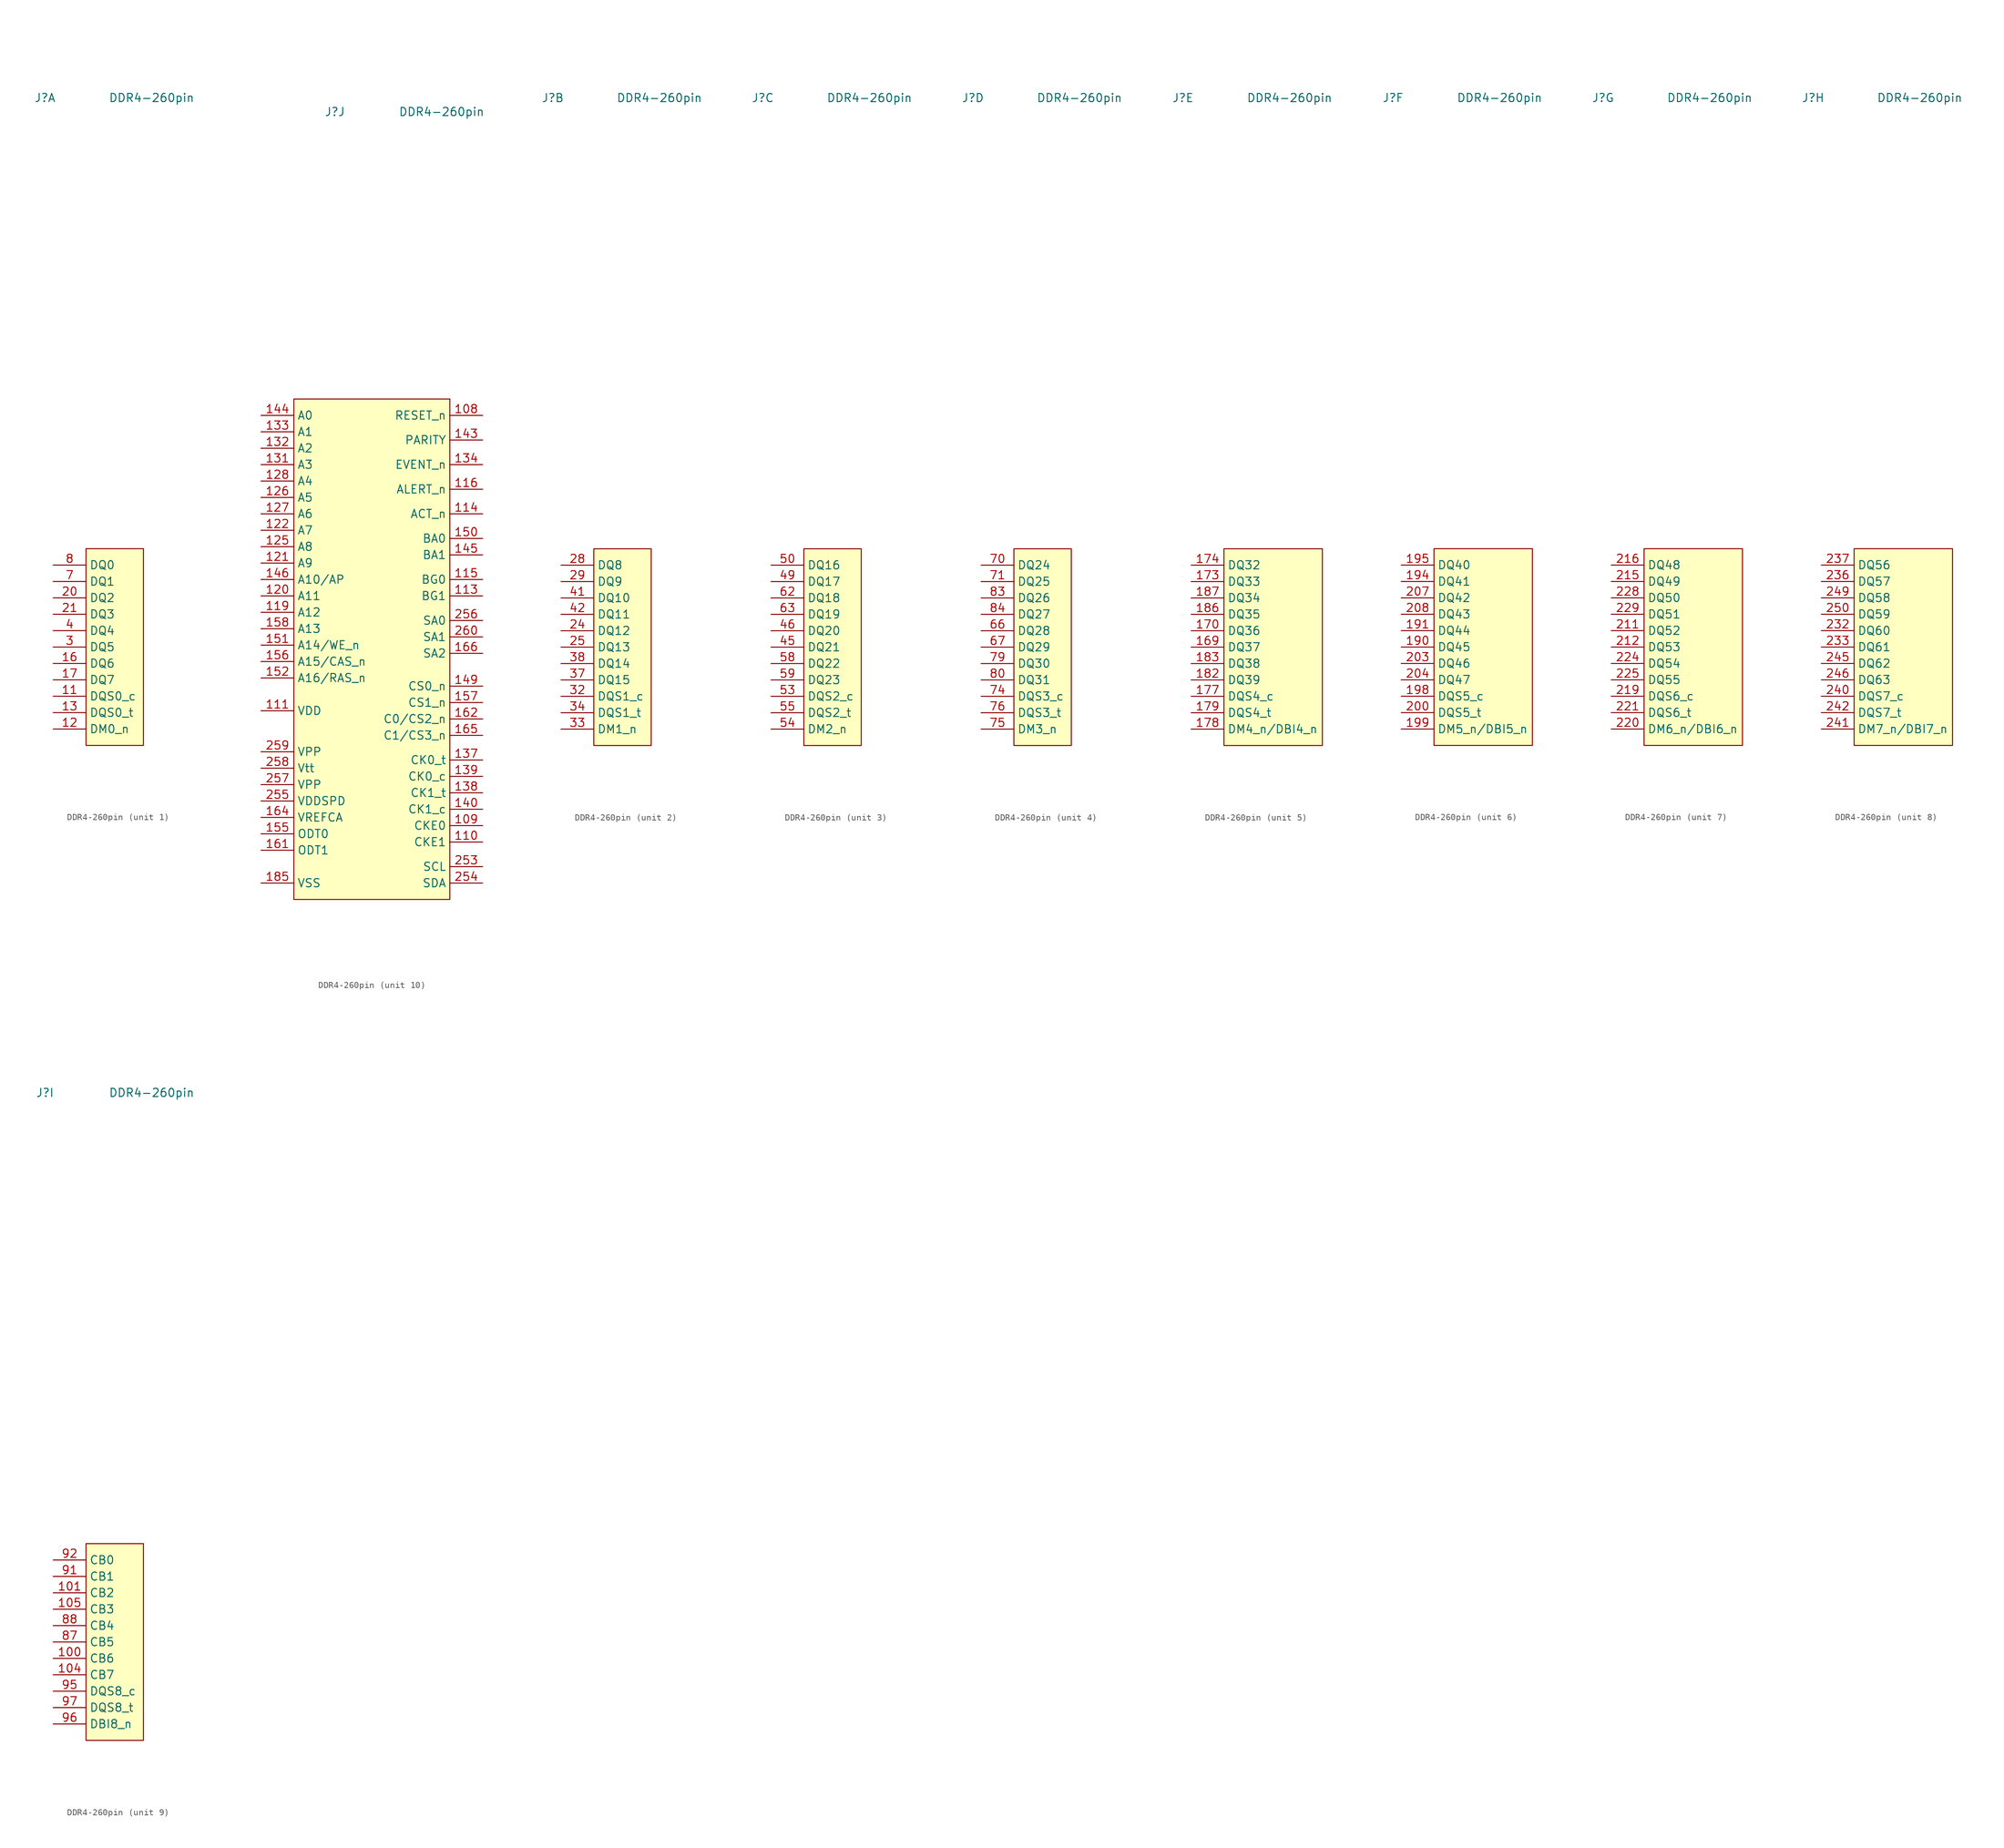
<source format=kicad_sym>
(kicad_symbol_lib
  (version 20231120)
  (generator "kicad_symbol_editor")
  (generator_version "8.0")
  (symbol "DDR4-260pin"
    (property "Reference" "J"
      (at -6.35 85.09 0)
      (effects (font (size 1.27 1.27))))
    (property "Value" "DDR4-260pin"
      (at 10.16 85.09 0)
      (effects (font (size 1.27 1.27))))
    (property "ki_locked" ""
      (at 0 0 0)
      (effects (font (size 1.27 1.27))))
    (symbol "DDR4-260pin_1_1"
      (rectangle (start 0 15.24) (end 8.89 -15.24) (stroke (width 0) (type default)) (fill (type background)))
      (pin passive line (at -5.08 -7.62 0) (length 5.08) (name "DQS0_c" (effects (font (size 1.27 1.27)))) (number "11" (effects (font (size 1.27 1.27)))))
      (pin passive line (at -5.08 -12.7 0) (length 5.08) (name "DM0_n" (effects (font (size 1.27 1.27)))) (number "12" (effects (font (size 1.27 1.27)))))
      (pin passive line (at -5.08 -10.16 0) (length 5.08) (name "DQS0_t" (effects (font (size 1.27 1.27)))) (number "13" (effects (font (size 1.27 1.27)))))
      (pin passive line (at -5.08 -2.54 0) (length 5.08) (name "DQ6" (effects (font (size 1.27 1.27)))) (number "16" (effects (font (size 1.27 1.27)))))
      (pin passive line (at -5.08 -5.08 0) (length 5.08) (name "DQ7" (effects (font (size 1.27 1.27)))) (number "17" (effects (font (size 1.27 1.27)))))
      (pin passive line (at -5.08 7.62 0) (length 5.08) (name "DQ2" (effects (font (size 1.27 1.27)))) (number "20" (effects (font (size 1.27 1.27)))))
      (pin passive line (at -5.08 5.08 0) (length 5.08) (name "DQ3" (effects (font (size 1.27 1.27)))) (number "21" (effects (font (size 1.27 1.27)))))
      (pin passive line (at -5.08 0 0) (length 5.08) (name "DQ5" (effects (font (size 1.27 1.27)))) (number "3" (effects (font (size 1.27 1.27)))))
      (pin passive line (at -5.08 2.54 0) (length 5.08) (name "DQ4" (effects (font (size 1.27 1.27)))) (number "4" (effects (font (size 1.27 1.27)))))
      (pin passive line (at -5.08 10.16 0) (length 5.08) (name "DQ1" (effects (font (size 1.27 1.27)))) (number "7" (effects (font (size 1.27 1.27)))))
      (pin passive line (at -5.08 12.7 0) (length 5.08) (name "DQ0" (effects (font (size 1.27 1.27)))) (number "8" (effects (font (size 1.27 1.27))))))
    (symbol "DDR4-260pin_2_1"
      (rectangle (start 0 15.24) (end 8.89 -15.24) (stroke (width 0.152) (type default)) (fill (type background)))
      (pin passive line (at -5.08 2.54 0) (length 5.08) (name "DQ12" (effects (font (size 1.27 1.27)))) (number "24" (effects (font (size 1.27 1.27)))))
      (pin passive line (at -5.08 0 0) (length 5.08) (name "DQ13" (effects (font (size 1.27 1.27)))) (number "25" (effects (font (size 1.27 1.27)))))
      (pin passive line (at -5.08 12.7 0) (length 5.08) (name "DQ8" (effects (font (size 1.27 1.27)))) (number "28" (effects (font (size 1.27 1.27)))))
      (pin passive line (at -5.08 10.16 0) (length 5.08) (name "DQ9" (effects (font (size 1.27 1.27)))) (number "29" (effects (font (size 1.27 1.27)))))
      (pin passive line (at -5.08 -7.62 0) (length 5.08) (name "DQS1_c" (effects (font (size 1.27 1.27)))) (number "32" (effects (font (size 1.27 1.27)))))
      (pin passive line (at -5.08 -12.7 0) (length 5.08) (name "DM1_n" (effects (font (size 1.27 1.27)))) (number "33" (effects (font (size 1.27 1.27)))))
      (pin passive line (at -5.08 -10.16 0) (length 5.08) (name "DQS1_t" (effects (font (size 1.27 1.27)))) (number "34" (effects (font (size 1.27 1.27)))))
      (pin passive line (at -5.08 -5.08 0) (length 5.08) (name "DQ15" (effects (font (size 1.27 1.27)))) (number "37" (effects (font (size 1.27 1.27)))))
      (pin passive line (at -5.08 -2.54 0) (length 5.08) (name "DQ14" (effects (font (size 1.27 1.27)))) (number "38" (effects (font (size 1.27 1.27)))))
      (pin passive line (at -5.08 7.62 0) (length 5.08) (name "DQ10" (effects (font (size 1.27 1.27)))) (number "41" (effects (font (size 1.27 1.27)))))
      (pin passive line (at -5.08 5.08 0) (length 5.08) (name "DQ11" (effects (font (size 1.27 1.27)))) (number "42" (effects (font (size 1.27 1.27))))))
    (symbol "DDR4-260pin_3_1"
      (rectangle (start 0 15.24) (end 8.89 -15.24) (stroke (width 0.152) (type default)) (fill (type background)))
      (pin passive line (at -5.08 0 0) (length 5.08) (name "DQ21" (effects (font (size 1.27 1.27)))) (number "45" (effects (font (size 1.27 1.27)))))
      (pin passive line (at -5.08 2.54 0) (length 5.08) (name "DQ20" (effects (font (size 1.27 1.27)))) (number "46" (effects (font (size 1.27 1.27)))))
      (pin passive line (at -5.08 10.16 0) (length 5.08) (name "DQ17" (effects (font (size 1.27 1.27)))) (number "49" (effects (font (size 1.27 1.27)))))
      (pin passive line (at -5.08 12.7 0) (length 5.08) (name "DQ16" (effects (font (size 1.27 1.27)))) (number "50" (effects (font (size 1.27 1.27)))))
      (pin passive line (at -5.08 -7.62 0) (length 5.08) (name "DQS2_c" (effects (font (size 1.27 1.27)))) (number "53" (effects (font (size 1.27 1.27)))))
      (pin passive line (at -5.08 -12.7 0) (length 5.08) (name "DM2_n" (effects (font (size 1.27 1.27)))) (number "54" (effects (font (size 1.27 1.27)))))
      (pin passive line (at -5.08 -10.16 0) (length 5.08) (name "DQS2_t" (effects (font (size 1.27 1.27)))) (number "55" (effects (font (size 1.27 1.27)))))
      (pin passive line (at -5.08 -2.54 0) (length 5.08) (name "DQ22" (effects (font (size 1.27 1.27)))) (number "58" (effects (font (size 1.27 1.27)))))
      (pin passive line (at -5.08 -5.08 0) (length 5.08) (name "DQ23" (effects (font (size 1.27 1.27)))) (number "59" (effects (font (size 1.27 1.27)))))
      (pin passive line (at -5.08 7.62 0) (length 5.08) (name "DQ18" (effects (font (size 1.27 1.27)))) (number "62" (effects (font (size 1.27 1.27)))))
      (pin passive line (at -5.08 5.08 0) (length 5.08) (name "DQ19" (effects (font (size 1.27 1.27)))) (number "63" (effects (font (size 1.27 1.27))))))
    (symbol "DDR4-260pin_4_1"
      (rectangle (start 0 15.24) (end 8.89 -15.24) (stroke (width 0.152) (type default)) (fill (type background)))
      (pin passive line (at -5.08 2.54 0) (length 5.08) (name "DQ28" (effects (font (size 1.27 1.27)))) (number "66" (effects (font (size 1.27 1.27)))))
      (pin passive line (at -5.08 0 0) (length 5.08) (name "DQ29" (effects (font (size 1.27 1.27)))) (number "67" (effects (font (size 1.27 1.27)))))
      (pin passive line (at -5.08 12.7 0) (length 5.08) (name "DQ24" (effects (font (size 1.27 1.27)))) (number "70" (effects (font (size 1.27 1.27)))))
      (pin passive line (at -5.08 10.16 0) (length 5.08) (name "DQ25" (effects (font (size 1.27 1.27)))) (number "71" (effects (font (size 1.27 1.27)))))
      (pin passive line (at -5.08 -7.62 0) (length 5.08) (name "DQS3_c" (effects (font (size 1.27 1.27)))) (number "74" (effects (font (size 1.27 1.27)))))
      (pin passive line (at -5.08 -12.7 0) (length 5.08) (name "DM3_n" (effects (font (size 1.27 1.27)))) (number "75" (effects (font (size 1.27 1.27)))))
      (pin passive line (at -5.08 -10.16 0) (length 5.08) (name "DQS3_t" (effects (font (size 1.27 1.27)))) (number "76" (effects (font (size 1.27 1.27)))))
      (pin passive line (at -5.08 -2.54 0) (length 5.08) (name "DQ30" (effects (font (size 1.27 1.27)))) (number "79" (effects (font (size 1.27 1.27)))))
      (pin passive line (at -5.08 -5.08 0) (length 5.08) (name "DQ31" (effects (font (size 1.27 1.27)))) (number "80" (effects (font (size 1.27 1.27)))))
      (pin passive line (at -5.08 7.62 0) (length 5.08) (name "DQ26" (effects (font (size 1.27 1.27)))) (number "83" (effects (font (size 1.27 1.27)))))
      (pin passive line (at -5.08 5.08 0) (length 5.08) (name "DQ27" (effects (font (size 1.27 1.27)))) (number "84" (effects (font (size 1.27 1.27))))))
    (symbol "DDR4-260pin_5_1"
      (rectangle (start 0 15.24) (end 15.24 -15.24) (stroke (width 0.152) (type default)) (fill (type background)))
      (pin passive line (at -5.08 0 0) (length 5.08) (name "DQ37" (effects (font (size 1.27 1.27)))) (number "169" (effects (font (size 1.27 1.27)))))
      (pin passive line (at -5.08 2.54 0) (length 5.08) (name "DQ36" (effects (font (size 1.27 1.27)))) (number "170" (effects (font (size 1.27 1.27)))))
      (pin passive line (at -5.08 10.16 0) (length 5.08) (name "DQ33" (effects (font (size 1.27 1.27)))) (number "173" (effects (font (size 1.27 1.27)))))
      (pin passive line (at -5.08 12.7 0) (length 5.08) (name "DQ32" (effects (font (size 1.27 1.27)))) (number "174" (effects (font (size 1.27 1.27)))))
      (pin passive line (at -5.08 -7.62 0) (length 5.08) (name "DQS4_c" (effects (font (size 1.27 1.27)))) (number "177" (effects (font (size 1.27 1.27)))))
      (pin passive line (at -5.08 -12.7 0) (length 5.08) (name "DM4_n/DBI4_n" (effects (font (size 1.27 1.27)))) (number "178" (effects (font (size 1.27 1.27)))))
      (pin passive line (at -5.08 -10.16 0) (length 5.08) (name "DQS4_t" (effects (font (size 1.27 1.27)))) (number "179" (effects (font (size 1.27 1.27)))))
      (pin passive line (at -5.08 -5.08 0) (length 5.08) (name "DQ39" (effects (font (size 1.27 1.27)))) (number "182" (effects (font (size 1.27 1.27)))))
      (pin passive line (at -5.08 -2.54 0) (length 5.08) (name "DQ38" (effects (font (size 1.27 1.27)))) (number "183" (effects (font (size 1.27 1.27)))))
      (pin passive line (at -5.08 5.08 0) (length 5.08) (name "DQ35" (effects (font (size 1.27 1.27)))) (number "186" (effects (font (size 1.27 1.27)))))
      (pin passive line (at -5.08 7.62 0) (length 5.08) (name "DQ34" (effects (font (size 1.27 1.27)))) (number "187" (effects (font (size 1.27 1.27))))))
    (symbol "DDR4-260pin_6_1"
      (rectangle (start 0 15.24) (end 15.24 -15.24) (stroke (width 0) (type default)) (fill (type background)))
      (pin passive line (at -5.08 0 0) (length 5.08) (name "DQ45" (effects (font (size 1.27 1.27)))) (number "190" (effects (font (size 1.27 1.27)))))
      (pin passive line (at -5.08 2.54 0) (length 5.08) (name "DQ44" (effects (font (size 1.27 1.27)))) (number "191" (effects (font (size 1.27 1.27)))))
      (pin passive line (at -5.08 10.16 0) (length 5.08) (name "DQ41" (effects (font (size 1.27 1.27)))) (number "194" (effects (font (size 1.27 1.27)))))
      (pin passive line (at -5.08 12.7 0) (length 5.08) (name "DQ40" (effects (font (size 1.27 1.27)))) (number "195" (effects (font (size 1.27 1.27)))))
      (pin passive line (at -5.08 -7.62 0) (length 5.08) (name "DQS5_c" (effects (font (size 1.27 1.27)))) (number "198" (effects (font (size 1.27 1.27)))))
      (pin passive line (at -5.08 -12.7 0) (length 5.08) (name "DM5_n/DBI5_n" (effects (font (size 1.27 1.27)))) (number "199" (effects (font (size 1.27 1.27)))))
      (pin passive line (at -5.08 -10.16 0) (length 5.08) (name "DQS5_t" (effects (font (size 1.27 1.27)))) (number "200" (effects (font (size 1.27 1.27)))))
      (pin passive line (at -5.08 -2.54 0) (length 5.08) (name "DQ46" (effects (font (size 1.27 1.27)))) (number "203" (effects (font (size 1.27 1.27)))))
      (pin passive line (at -5.08 -5.08 0) (length 5.08) (name "DQ47" (effects (font (size 1.27 1.27)))) (number "204" (effects (font (size 1.27 1.27)))))
      (pin passive line (at -5.08 7.62 0) (length 5.08) (name "DQ42" (effects (font (size 1.27 1.27)))) (number "207" (effects (font (size 1.27 1.27)))))
      (pin passive line (at -5.08 5.08 0) (length 5.08) (name "DQ43" (effects (font (size 1.27 1.27)))) (number "208" (effects (font (size 1.27 1.27))))))
    (symbol "DDR4-260pin_7_1"
      (rectangle (start 0 15.24) (end 15.24 -15.24) (stroke (width 0) (type default)) (fill (type background)))
      (pin passive line (at -5.08 2.54 0) (length 5.08) (name "DQ52" (effects (font (size 1.27 1.27)))) (number "211" (effects (font (size 1.27 1.27)))))
      (pin passive line (at -5.08 0 0) (length 5.08) (name "DQ53" (effects (font (size 1.27 1.27)))) (number "212" (effects (font (size 1.27 1.27)))))
      (pin passive line (at -5.08 10.16 0) (length 5.08) (name "DQ49" (effects (font (size 1.27 1.27)))) (number "215" (effects (font (size 1.27 1.27)))))
      (pin passive line (at -5.08 12.7 0) (length 5.08) (name "DQ48" (effects (font (size 1.27 1.27)))) (number "216" (effects (font (size 1.27 1.27)))))
      (pin passive line (at -5.08 -7.62 0) (length 5.08) (name "DQS6_c" (effects (font (size 1.27 1.27)))) (number "219" (effects (font (size 1.27 1.27)))))
      (pin passive line (at -5.08 -12.7 0) (length 5.08) (name "DM6_n/DBI6_n" (effects (font (size 1.27 1.27)))) (number "220" (effects (font (size 1.27 1.27)))))
      (pin passive line (at -5.08 -10.16 0) (length 5.08) (name "DQS6_t" (effects (font (size 1.27 1.27)))) (number "221" (effects (font (size 1.27 1.27)))))
      (pin passive line (at -5.08 -2.54 0) (length 5.08) (name "DQ54" (effects (font (size 1.27 1.27)))) (number "224" (effects (font (size 1.27 1.27)))))
      (pin passive line (at -5.08 -5.08 0) (length 5.08) (name "DQ55" (effects (font (size 1.27 1.27)))) (number "225" (effects (font (size 1.27 1.27)))))
      (pin passive line (at -5.08 7.62 0) (length 5.08) (name "DQ50" (effects (font (size 1.27 1.27)))) (number "228" (effects (font (size 1.27 1.27)))))
      (pin passive line (at -5.08 5.08 0) (length 5.08) (name "DQ51" (effects (font (size 1.27 1.27)))) (number "229" (effects (font (size 1.27 1.27))))))
    (symbol "DDR4-260pin_8_1"
      (rectangle (start 0 15.24) (end 15.24 -15.24) (stroke (width 0) (type default)) (fill (type background)))
      (pin passive line (at -5.08 2.54 0) (length 5.08) (name "DQ60" (effects (font (size 1.27 1.27)))) (number "232" (effects (font (size 1.27 1.27)))))
      (pin passive line (at -5.08 0 0) (length 5.08) (name "DQ61" (effects (font (size 1.27 1.27)))) (number "233" (effects (font (size 1.27 1.27)))))
      (pin passive line (at -5.08 10.16 0) (length 5.08) (name "DQ57" (effects (font (size 1.27 1.27)))) (number "236" (effects (font (size 1.27 1.27)))))
      (pin passive line (at -5.08 12.7 0) (length 5.08) (name "DQ56" (effects (font (size 1.27 1.27)))) (number "237" (effects (font (size 1.27 1.27)))))
      (pin passive line (at -5.08 -7.62 0) (length 5.08) (name "DQS7_c" (effects (font (size 1.27 1.27)))) (number "240" (effects (font (size 1.27 1.27)))))
      (pin passive line (at -5.08 -12.7 0) (length 5.08) (name "DM7_n/DBI7_n" (effects (font (size 1.27 1.27)))) (number "241" (effects (font (size 1.27 1.27)))))
      (pin passive line (at -5.08 -10.16 0) (length 5.08) (name "DQS7_t" (effects (font (size 1.27 1.27)))) (number "242" (effects (font (size 1.27 1.27)))))
      (pin passive line (at -5.08 -2.54 0) (length 5.08) (name "DQ62" (effects (font (size 1.27 1.27)))) (number "245" (effects (font (size 1.27 1.27)))))
      (pin passive line (at -5.08 -5.08 0) (length 5.08) (name "DQ63" (effects (font (size 1.27 1.27)))) (number "246" (effects (font (size 1.27 1.27)))))
      (pin passive line (at -5.08 7.62 0) (length 5.08) (name "DQ58" (effects (font (size 1.27 1.27)))) (number "249" (effects (font (size 1.27 1.27)))))
      (pin passive line (at -5.08 5.08 0) (length 5.08) (name "DQ59" (effects (font (size 1.27 1.27)))) (number "250" (effects (font (size 1.27 1.27))))))
    (symbol "DDR4-260pin_9_1"
      (rectangle (start 0 15.24) (end 8.89 -15.24) (stroke (width 0.152) (type default)) (fill (type background)))
      (pin passive line (at -5.08 -2.54 0) (length 5.08) (name "CB6" (effects (font (size 1.27 1.27)))) (number "100" (effects (font (size 1.27 1.27)))))
      (pin passive line (at -5.08 7.62 0) (length 5.08) (name "CB2" (effects (font (size 1.27 1.27)))) (number "101" (effects (font (size 1.27 1.27)))))
      (pin passive line (at -5.08 -5.08 0) (length 5.08) (name "CB7" (effects (font (size 1.27 1.27)))) (number "104" (effects (font (size 1.27 1.27)))))
      (pin passive line (at -5.08 5.08 0) (length 5.08) (name "CB3" (effects (font (size 1.27 1.27)))) (number "105" (effects (font (size 1.27 1.27)))))
      (pin passive line (at -5.08 0 0) (length 5.08) (name "CB5" (effects (font (size 1.27 1.27)))) (number "87" (effects (font (size 1.27 1.27)))))
      (pin passive line (at -5.08 2.54 0) (length 5.08) (name "CB4" (effects (font (size 1.27 1.27)))) (number "88" (effects (font (size 1.27 1.27)))))
      (pin passive line (at -5.08 10.16 0) (length 5.08) (name "CB1" (effects (font (size 1.27 1.27)))) (number "91" (effects (font (size 1.27 1.27)))))
      (pin passive line (at -5.08 12.7 0) (length 5.08) (name "CB0" (effects (font (size 1.27 1.27)))) (number "92" (effects (font (size 1.27 1.27)))))
      (pin passive line (at -5.08 -7.62 0) (length 5.08) (name "DQS8_c" (effects (font (size 1.27 1.27)))) (number "95" (effects (font (size 1.27 1.27)))))
      (pin passive line (at -5.08 -12.7 0) (length 5.08) (name "DBI8_n" (effects (font (size 1.27 1.27)))) (number "96" (effects (font (size 1.27 1.27)))))
      (pin passive line (at -5.08 -10.16 0) (length 5.08) (name "DQS8_t" (effects (font (size 1.27 1.27)))) (number "97" (effects (font (size 1.27 1.27))))))
    (symbol "DDR4-260pin_10_1"
      (rectangle (start -12.7 40.64) (end 11.43 -36.83) (stroke (width 0) (type default)) (fill (type background)))
      (pin passive line (at -17.78 -34.29 0) (length 5.08) hide (name "VSS" (effects (font (size 1.27 1.27)))) (number "1" (effects (font (size 1.27 1.27)))))
      (pin passive line (at -17.78 -34.29 0) (length 5.08) hide (name "VSS" (effects (font (size 1.27 1.27)))) (number "10" (effects (font (size 1.27 1.27)))))
      (pin passive line (at -17.78 -34.29 0) (length 5.08) hide (name "VSS" (effects (font (size 1.27 1.27)))) (number "102" (effects (font (size 1.27 1.27)))))
      (pin passive line (at -17.78 -34.29 0) (length 5.08) hide (name "VSS" (effects (font (size 1.27 1.27)))) (number "103" (effects (font (size 1.27 1.27)))))
      (pin passive line (at -17.78 -34.29 0) (length 5.08) hide (name "VSS" (effects (font (size 1.27 1.27)))) (number "106" (effects (font (size 1.27 1.27)))))
      (pin passive line (at -17.78 -34.29 0) (length 5.08) hide (name "VSS" (effects (font (size 1.27 1.27)))) (number "107" (effects (font (size 1.27 1.27)))))
      (pin passive line (at 16.51 38.1 180) (length 5.08) (name "RESET_n" (effects (font (size 1.27 1.27)))) (number "108" (effects (font (size 1.27 1.27)))))
      (pin passive line (at 16.51 -25.4 180) (length 5.08) (name "CKE0" (effects (font (size 1.27 1.27)))) (number "109" (effects (font (size 1.27 1.27)))))
      (pin passive line (at 16.51 -27.94 180) (length 5.08) (name "CKE1" (effects (font (size 1.27 1.27)))) (number "110" (effects (font (size 1.27 1.27)))))
      (pin passive line (at -17.78 -7.62 0) (length 5.08) (name "VDD" (effects (font (size 1.27 1.27)))) (number "111" (effects (font (size 1.27 1.27)))))
      (pin passive line (at -17.78 -7.62 0) (length 5.08) hide (name "VDD" (effects (font (size 1.27 1.27)))) (number "112" (effects (font (size 1.27 1.27)))))
      (pin passive line (at 16.51 10.16 180) (length 5.08) (name "BG1" (effects (font (size 1.27 1.27)))) (number "113" (effects (font (size 1.27 1.27)))))
      (pin passive line (at 16.51 22.86 180) (length 5.08) (name "ACT_n" (effects (font (size 1.27 1.27)))) (number "114" (effects (font (size 1.27 1.27)))))
      (pin passive line (at 16.51 12.7 180) (length 5.08) (name "BG0" (effects (font (size 1.27 1.27)))) (number "115" (effects (font (size 1.27 1.27)))))
      (pin passive line (at 16.51 26.67 180) (length 5.08) (name "ALERT_n" (effects (font (size 1.27 1.27)))) (number "116" (effects (font (size 1.27 1.27)))))
      (pin passive line (at -17.78 -7.62 0) (length 5.08) hide (name "VDD" (effects (font (size 1.27 1.27)))) (number "117" (effects (font (size 1.27 1.27)))))
      (pin passive line (at -17.78 -7.62 0) (length 5.08) hide (name "VDD" (effects (font (size 1.27 1.27)))) (number "118" (effects (font (size 1.27 1.27)))))
      (pin passive line (at -17.78 7.62 0) (length 5.08) (name "A12" (effects (font (size 1.27 1.27)))) (number "119" (effects (font (size 1.27 1.27)))))
      (pin passive line (at -17.78 10.16 0) (length 5.08) (name "A11" (effects (font (size 1.27 1.27)))) (number "120" (effects (font (size 1.27 1.27)))))
      (pin passive line (at -17.78 15.24 0) (length 5.08) (name "A9" (effects (font (size 1.27 1.27)))) (number "121" (effects (font (size 1.27 1.27)))))
      (pin passive line (at -17.78 20.32 0) (length 5.08) (name "A7" (effects (font (size 1.27 1.27)))) (number "122" (effects (font (size 1.27 1.27)))))
      (pin passive line (at -17.78 -7.62 0) (length 5.08) hide (name "VDD" (effects (font (size 1.27 1.27)))) (number "123" (effects (font (size 1.27 1.27)))))
      (pin passive line (at -17.78 -7.62 0) (length 5.08) hide (name "VDD" (effects (font (size 1.27 1.27)))) (number "124" (effects (font (size 1.27 1.27)))))
      (pin passive line (at -17.78 17.78 0) (length 5.08) (name "A8" (effects (font (size 1.27 1.27)))) (number "125" (effects (font (size 1.27 1.27)))))
      (pin passive line (at -17.78 25.4 0) (length 5.08) (name "A5" (effects (font (size 1.27 1.27)))) (number "126" (effects (font (size 1.27 1.27)))))
      (pin passive line (at -17.78 22.86 0) (length 5.08) (name "A6" (effects (font (size 1.27 1.27)))) (number "127" (effects (font (size 1.27 1.27)))))
      (pin passive line (at -17.78 27.94 0) (length 5.08) (name "A4" (effects (font (size 1.27 1.27)))) (number "128" (effects (font (size 1.27 1.27)))))
      (pin passive line (at -17.78 -7.62 0) (length 5.08) hide (name "VDD" (effects (font (size 1.27 1.27)))) (number "129" (effects (font (size 1.27 1.27)))))
      (pin passive line (at -17.78 -7.62 0) (length 5.08) hide (name "VDD" (effects (font (size 1.27 1.27)))) (number "130" (effects (font (size 1.27 1.27)))))
      (pin passive line (at -17.78 30.48 0) (length 5.08) (name "A3" (effects (font (size 1.27 1.27)))) (number "131" (effects (font (size 1.27 1.27)))))
      (pin passive line (at -17.78 33.02 0) (length 5.08) (name "A2" (effects (font (size 1.27 1.27)))) (number "132" (effects (font (size 1.27 1.27)))))
      (pin passive line (at -17.78 35.56 0) (length 5.08) (name "A1" (effects (font (size 1.27 1.27)))) (number "133" (effects (font (size 1.27 1.27)))))
      (pin passive line (at 16.51 30.48 180) (length 5.08) (name "EVENT_n" (effects (font (size 1.27 1.27)))) (number "134" (effects (font (size 1.27 1.27)))))
      (pin passive line (at -17.78 -7.62 0) (length 5.08) hide (name "VDD" (effects (font (size 1.27 1.27)))) (number "135" (effects (font (size 1.27 1.27)))))
      (pin passive line (at -17.78 -7.62 0) (length 5.08) hide (name "VDD" (effects (font (size 1.27 1.27)))) (number "136" (effects (font (size 1.27 1.27)))))
      (pin passive line (at 16.51 -15.24 180) (length 5.08) (name "CK0_t" (effects (font (size 1.27 1.27)))) (number "137" (effects (font (size 1.27 1.27)))))
      (pin passive line (at 16.51 -20.32 180) (length 5.08) (name "CK1_t" (effects (font (size 1.27 1.27)))) (number "138" (effects (font (size 1.27 1.27)))))
      (pin passive line (at 16.51 -17.78 180) (length 5.08) (name "CK0_c" (effects (font (size 1.27 1.27)))) (number "139" (effects (font (size 1.27 1.27)))))
      (pin passive line (at -17.78 -34.29 0) (length 5.08) hide (name "VSS" (effects (font (size 1.27 1.27)))) (number "14" (effects (font (size 1.27 1.27)))))
      (pin passive line (at 16.51 -22.86 180) (length 5.08) (name "CK1_c" (effects (font (size 1.27 1.27)))) (number "140" (effects (font (size 1.27 1.27)))))
      (pin passive line (at -17.78 -7.62 0) (length 5.08) hide (name "VDD" (effects (font (size 1.27 1.27)))) (number "141" (effects (font (size 1.27 1.27)))))
      (pin passive line (at -17.78 -7.62 0) (length 5.08) hide (name "VDD" (effects (font (size 1.27 1.27)))) (number "142" (effects (font (size 1.27 1.27)))))
      (pin passive line (at 16.51 34.29 180) (length 5.08) (name "PARITY" (effects (font (size 1.27 1.27)))) (number "143" (effects (font (size 1.27 1.27)))))
      (pin passive line (at -17.78 38.1 0) (length 5.08) (name "A0" (effects (font (size 1.27 1.27)))) (number "144" (effects (font (size 1.27 1.27)))))
      (pin passive line (at 16.51 16.51 180) (length 5.08) (name "BA1" (effects (font (size 1.27 1.27)))) (number "145" (effects (font (size 1.27 1.27)))))
      (pin passive line (at -17.78 12.7 0) (length 5.08) (name "A10/AP" (effects (font (size 1.27 1.27)))) (number "146" (effects (font (size 1.27 1.27)))))
      (pin passive line (at -17.78 -7.62 0) (length 5.08) hide (name "VDD" (effects (font (size 1.27 1.27)))) (number "147" (effects (font (size 1.27 1.27)))))
      (pin passive line (at -17.78 -7.62 0) (length 5.08) hide (name "VDD" (effects (font (size 1.27 1.27)))) (number "148" (effects (font (size 1.27 1.27)))))
      (pin passive line (at 16.51 -3.81 180) (length 5.08) (name "CS0_n" (effects (font (size 1.27 1.27)))) (number "149" (effects (font (size 1.27 1.27)))))
      (pin passive line (at -17.78 -34.29 0) (length 5.08) hide (name "VSS" (effects (font (size 1.27 1.27)))) (number "15" (effects (font (size 1.27 1.27)))))
      (pin passive line (at 16.51 19.05 180) (length 5.08) (name "BA0" (effects (font (size 1.27 1.27)))) (number "150" (effects (font (size 1.27 1.27)))))
      (pin passive line (at -17.78 2.54 0) (length 5.08) (name "A14/WE_n" (effects (font (size 1.27 1.27)))) (number "151" (effects (font (size 1.27 1.27)))))
      (pin passive line (at -17.78 -2.54 0) (length 5.08) (name "A16/RAS_n" (effects (font (size 1.27 1.27)))) (number "152" (effects (font (size 1.27 1.27)))))
      (pin passive line (at -17.78 -7.62 0) (length 5.08) hide (name "VDD" (effects (font (size 1.27 1.27)))) (number "153" (effects (font (size 1.27 1.27)))))
      (pin passive line (at -17.78 -7.62 0) (length 5.08) hide (name "VDD" (effects (font (size 1.27 1.27)))) (number "154" (effects (font (size 1.27 1.27)))))
      (pin passive line (at -17.78 -26.67 0) (length 5.08) (name "ODT0" (effects (font (size 1.27 1.27)))) (number "155" (effects (font (size 1.27 1.27)))))
      (pin passive line (at -17.78 0 0) (length 5.08) (name "A15/CAS_n" (effects (font (size 1.27 1.27)))) (number "156" (effects (font (size 1.27 1.27)))))
      (pin passive line (at 16.51 -6.35 180) (length 5.08) (name "CS1_n" (effects (font (size 1.27 1.27)))) (number "157" (effects (font (size 1.27 1.27)))))
      (pin passive line (at -17.78 5.08 0) (length 5.08) (name "A13" (effects (font (size 1.27 1.27)))) (number "158" (effects (font (size 1.27 1.27)))))
      (pin passive line (at -17.78 -7.62 0) (length 5.08) hide (name "VDD" (effects (font (size 1.27 1.27)))) (number "159" (effects (font (size 1.27 1.27)))))
      (pin passive line (at -17.78 -7.62 0) (length 5.08) hide (name "VDD" (effects (font (size 1.27 1.27)))) (number "160" (effects (font (size 1.27 1.27)))))
      (pin passive line (at -17.78 -29.21 0) (length 5.08) (name "ODT1" (effects (font (size 1.27 1.27)))) (number "161" (effects (font (size 1.27 1.27)))))
      (pin passive line (at 16.51 -8.89 180) (length 5.08) (name "C0/CS2_n" (effects (font (size 1.27 1.27)))) (number "162" (effects (font (size 1.27 1.27)))))
      (pin passive line (at -17.78 -7.62 0) (length 5.08) hide (name "VDD" (effects (font (size 1.27 1.27)))) (number "163" (effects (font (size 1.27 1.27)))))
      (pin passive line (at -17.78 -24.13 0) (length 5.08) (name "VREFCA" (effects (font (size 1.27 1.27)))) (number "164" (effects (font (size 1.27 1.27)))))
      (pin passive line (at 16.51 -11.43 180) (length 5.08) (name "C1/CS3_n" (effects (font (size 1.27 1.27)))) (number "165" (effects (font (size 1.27 1.27)))))
      (pin passive line (at 16.51 1.27 180) (length 5.08) (name "SA2" (effects (font (size 1.27 1.27)))) (number "166" (effects (font (size 1.27 1.27)))))
      (pin passive line (at -17.78 -34.29 0) (length 5.08) hide (name "VSS" (effects (font (size 1.27 1.27)))) (number "167" (effects (font (size 1.27 1.27)))))
      (pin passive line (at -17.78 -34.29 0) (length 5.08) hide (name "VSS" (effects (font (size 1.27 1.27)))) (number "168" (effects (font (size 1.27 1.27)))))
      (pin passive line (at -17.78 -34.29 0) (length 5.08) hide (name "VSS" (effects (font (size 1.27 1.27)))) (number "171" (effects (font (size 1.27 1.27)))))
      (pin passive line (at -17.78 -34.29 0) (length 5.08) hide (name "VSS" (effects (font (size 1.27 1.27)))) (number "172" (effects (font (size 1.27 1.27)))))
      (pin passive line (at -17.78 -34.29 0) (length 5.08) hide (name "VSS" (effects (font (size 1.27 1.27)))) (number "175" (effects (font (size 1.27 1.27)))))
      (pin passive line (at -17.78 -34.29 0) (length 5.08) hide (name "VSS" (effects (font (size 1.27 1.27)))) (number "176" (effects (font (size 1.27 1.27)))))
      (pin passive line (at -17.78 -34.29 0) (length 5.08) hide (name "VSS" (effects (font (size 1.27 1.27)))) (number "18" (effects (font (size 1.27 1.27)))))
      (pin passive line (at -17.78 -34.29 0) (length 5.08) hide (name "VSS" (effects (font (size 1.27 1.27)))) (number "180" (effects (font (size 1.27 1.27)))))
      (pin passive line (at -17.78 -34.29 0) (length 5.08) hide (name "VSS" (effects (font (size 1.27 1.27)))) (number "181" (effects (font (size 1.27 1.27)))))
      (pin passive line (at -17.78 -34.29 0) (length 5.08) hide (name "VSS" (effects (font (size 1.27 1.27)))) (number "184" (effects (font (size 1.27 1.27)))))
      (pin passive line (at -17.78 -34.29 0) (length 5.08) (name "VSS" (effects (font (size 1.27 1.27)))) (number "185" (effects (font (size 1.27 1.27)))))
      (pin passive line (at -17.78 -34.29 0) (length 5.08) hide (name "VSS" (effects (font (size 1.27 1.27)))) (number "188" (effects (font (size 1.27 1.27)))))
      (pin passive line (at -17.78 -34.29 0) (length 5.08) hide (name "VSS" (effects (font (size 1.27 1.27)))) (number "189" (effects (font (size 1.27 1.27)))))
      (pin passive line (at -17.78 -34.29 0) (length 5.08) hide (name "VSS" (effects (font (size 1.27 1.27)))) (number "19" (effects (font (size 1.27 1.27)))))
      (pin passive line (at -17.78 -34.29 0) (length 5.08) hide (name "VSS" (effects (font (size 1.27 1.27)))) (number "192" (effects (font (size 1.27 1.27)))))
      (pin passive line (at -17.78 -34.29 0) (length 5.08) hide (name "VSS" (effects (font (size 1.27 1.27)))) (number "193" (effects (font (size 1.27 1.27)))))
      (pin passive line (at -17.78 -34.29 0) (length 5.08) hide (name "VSS" (effects (font (size 1.27 1.27)))) (number "196" (effects (font (size 1.27 1.27)))))
      (pin passive line (at -17.78 -34.29 0) (length 5.08) hide (name "VSS" (effects (font (size 1.27 1.27)))) (number "197" (effects (font (size 1.27 1.27)))))
      (pin passive line (at -17.78 -34.29 0) (length 5.08) hide (name "VSS" (effects (font (size 1.27 1.27)))) (number "2" (effects (font (size 1.27 1.27)))))
      (pin passive line (at -17.78 -34.29 0) (length 5.08) hide (name "VSS" (effects (font (size 1.27 1.27)))) (number "201" (effects (font (size 1.27 1.27)))))
      (pin passive line (at -17.78 -34.29 0) (length 5.08) hide (name "VSS" (effects (font (size 1.27 1.27)))) (number "202" (effects (font (size 1.27 1.27)))))
      (pin passive line (at -17.78 -34.29 0) (length 5.08) hide (name "VSS" (effects (font (size 1.27 1.27)))) (number "205" (effects (font (size 1.27 1.27)))))
      (pin passive line (at -17.78 -34.29 0) (length 5.08) hide (name "VSS" (effects (font (size 1.27 1.27)))) (number "206" (effects (font (size 1.27 1.27)))))
      (pin passive line (at -17.78 -34.29 0) (length 5.08) hide (name "VSS" (effects (font (size 1.27 1.27)))) (number "209" (effects (font (size 1.27 1.27)))))
      (pin passive line (at -17.78 -34.29 0) (length 5.08) hide (name "VSS" (effects (font (size 1.27 1.27)))) (number "210" (effects (font (size 1.27 1.27)))))
      (pin passive line (at -17.78 -34.29 0) (length 5.08) hide (name "VSS" (effects (font (size 1.27 1.27)))) (number "213" (effects (font (size 1.27 1.27)))))
      (pin passive line (at -17.78 -34.29 0) (length 5.08) hide (name "VSS" (effects (font (size 1.27 1.27)))) (number "214" (effects (font (size 1.27 1.27)))))
      (pin passive line (at -17.78 -34.29 0) (length 5.08) hide (name "VSS" (effects (font (size 1.27 1.27)))) (number "217" (effects (font (size 1.27 1.27)))))
      (pin passive line (at -17.78 -34.29 0) (length 5.08) hide (name "VSS" (effects (font (size 1.27 1.27)))) (number "218" (effects (font (size 1.27 1.27)))))
      (pin passive line (at -17.78 -34.29 0) (length 5.08) hide (name "VSS" (effects (font (size 1.27 1.27)))) (number "22" (effects (font (size 1.27 1.27)))))
      (pin passive line (at -17.78 -34.29 0) (length 5.08) hide (name "VSS" (effects (font (size 1.27 1.27)))) (number "222" (effects (font (size 1.27 1.27)))))
      (pin passive line (at -17.78 -34.29 0) (length 5.08) hide (name "VSS" (effects (font (size 1.27 1.27)))) (number "223" (effects (font (size 1.27 1.27)))))
      (pin passive line (at -17.78 -34.29 0) (length 5.08) hide (name "VSS" (effects (font (size 1.27 1.27)))) (number "226" (effects (font (size 1.27 1.27)))))
      (pin passive line (at -17.78 -34.29 0) (length 5.08) hide (name "VSS" (effects (font (size 1.27 1.27)))) (number "227" (effects (font (size 1.27 1.27)))))
      (pin passive line (at -17.78 -34.29 0) (length 5.08) hide (name "VSS" (effects (font (size 1.27 1.27)))) (number "23" (effects (font (size 1.27 1.27)))))
      (pin passive line (at -17.78 -34.29 0) (length 5.08) hide (name "VSS" (effects (font (size 1.27 1.27)))) (number "230" (effects (font (size 1.27 1.27)))))
      (pin passive line (at -17.78 -34.29 0) (length 5.08) hide (name "VSS" (effects (font (size 1.27 1.27)))) (number "231" (effects (font (size 1.27 1.27)))))
      (pin passive line (at -17.78 -34.29 0) (length 5.08) hide (name "VSS" (effects (font (size 1.27 1.27)))) (number "234" (effects (font (size 1.27 1.27)))))
      (pin passive line (at -17.78 -34.29 0) (length 5.08) hide (name "VSS" (effects (font (size 1.27 1.27)))) (number "235" (effects (font (size 1.27 1.27)))))
      (pin passive line (at -17.78 -34.29 0) (length 5.08) hide (name "VSS" (effects (font (size 1.27 1.27)))) (number "238" (effects (font (size 1.27 1.27)))))
      (pin passive line (at -17.78 -34.29 0) (length 5.08) hide (name "VSS" (effects (font (size 1.27 1.27)))) (number "239" (effects (font (size 1.27 1.27)))))
      (pin passive line (at -17.78 -34.29 0) (length 5.08) hide (name "VSS" (effects (font (size 1.27 1.27)))) (number "243" (effects (font (size 1.27 1.27)))))
      (pin passive line (at -17.78 -34.29 0) (length 5.08) hide (name "VSS" (effects (font (size 1.27 1.27)))) (number "244" (effects (font (size 1.27 1.27)))))
      (pin passive line (at -17.78 -34.29 0) (length 5.08) hide (name "VSS" (effects (font (size 1.27 1.27)))) (number "247" (effects (font (size 1.27 1.27)))))
      (pin passive line (at -17.78 -34.29 0) (length 5.08) hide (name "VSS" (effects (font (size 1.27 1.27)))) (number "248" (effects (font (size 1.27 1.27)))))
      (pin passive line (at -17.78 -34.29 0) (length 5.08) hide (name "VSS" (effects (font (size 1.27 1.27)))) (number "251" (effects (font (size 1.27 1.27)))))
      (pin passive line (at -17.78 -34.29 0) (length 5.08) hide (name "VSS" (effects (font (size 1.27 1.27)))) (number "252" (effects (font (size 1.27 1.27)))))
      (pin passive line (at 16.51 -31.75 180) (length 5.08) (name "SCL" (effects (font (size 1.27 1.27)))) (number "253" (effects (font (size 1.27 1.27)))))
      (pin passive line (at 16.51 -34.29 180) (length 5.08) (name "SDA" (effects (font (size 1.27 1.27)))) (number "254" (effects (font (size 1.27 1.27)))))
      (pin passive line (at -17.78 -21.59 0) (length 5.08) (name "VDDSPD" (effects (font (size 1.27 1.27)))) (number "255" (effects (font (size 1.27 1.27)))))
      (pin passive line (at 16.51 6.35 180) (length 5.08) (name "SA0" (effects (font (size 1.27 1.27)))) (number "256" (effects (font (size 1.27 1.27)))))
      (pin passive line (at -17.78 -19.05 0) (length 5.08) (name "VPP" (effects (font (size 1.27 1.27)))) (number "257" (effects (font (size 1.27 1.27)))))
      (pin passive line (at -17.78 -16.51 0) (length 5.08) (name "Vtt" (effects (font (size 1.27 1.27)))) (number "258" (effects (font (size 1.27 1.27)))))
      (pin passive line (at -17.78 -13.97 0) (length 5.08) (name "VPP" (effects (font (size 1.27 1.27)))) (number "259" (effects (font (size 1.27 1.27)))))
      (pin passive line (at -17.78 -34.29 0) (length 5.08) hide (name "VSS" (effects (font (size 1.27 1.27)))) (number "26" (effects (font (size 1.27 1.27)))))
      (pin passive line (at 16.51 3.81 180) (length 5.08) (name "SA1" (effects (font (size 1.27 1.27)))) (number "260" (effects (font (size 1.27 1.27)))))
      (pin passive line (at -17.78 -34.29 0) (length 5.08) hide (name "VSS" (effects (font (size 1.27 1.27)))) (number "27" (effects (font (size 1.27 1.27)))))
      (pin passive line (at -17.78 -34.29 0) (length 5.08) hide (name "VSS" (effects (font (size 1.27 1.27)))) (number "30" (effects (font (size 1.27 1.27)))))
      (pin passive line (at -17.78 -34.29 0) (length 5.08) hide (name "VSS" (effects (font (size 1.27 1.27)))) (number "31" (effects (font (size 1.27 1.27)))))
      (pin passive line (at -17.78 -34.29 0) (length 5.08) hide (name "VSS" (effects (font (size 1.27 1.27)))) (number "35" (effects (font (size 1.27 1.27)))))
      (pin passive line (at -17.78 -34.29 0) (length 5.08) hide (name "VSS" (effects (font (size 1.27 1.27)))) (number "36" (effects (font (size 1.27 1.27)))))
      (pin passive line (at -17.78 -34.29 0) (length 5.08) hide (name "VSS" (effects (font (size 1.27 1.27)))) (number "39" (effects (font (size 1.27 1.27)))))
      (pin passive line (at -17.78 -34.29 0) (length 5.08) hide (name "VSS" (effects (font (size 1.27 1.27)))) (number "40" (effects (font (size 1.27 1.27)))))
      (pin passive line (at -17.78 -34.29 0) (length 5.08) hide (name "VSS" (effects (font (size 1.27 1.27)))) (number "43" (effects (font (size 1.27 1.27)))))
      (pin passive line (at -17.78 -34.29 0) (length 5.08) hide (name "VSS" (effects (font (size 1.27 1.27)))) (number "44" (effects (font (size 1.27 1.27)))))
      (pin passive line (at -17.78 -34.29 0) (length 5.08) hide (name "VSS" (effects (font (size 1.27 1.27)))) (number "47" (effects (font (size 1.27 1.27)))))
      (pin passive line (at -17.78 -34.29 0) (length 5.08) hide (name "VSS" (effects (font (size 1.27 1.27)))) (number "48" (effects (font (size 1.27 1.27)))))
      (pin passive line (at -17.78 -34.29 0) (length 5.08) hide (name "VSS" (effects (font (size 1.27 1.27)))) (number "5" (effects (font (size 1.27 1.27)))))
      (pin passive line (at -17.78 -34.29 0) (length 5.08) hide (name "VSS" (effects (font (size 1.27 1.27)))) (number "51" (effects (font (size 1.27 1.27)))))
      (pin passive line (at -17.78 -34.29 0) (length 5.08) hide (name "VSS" (effects (font (size 1.27 1.27)))) (number "52" (effects (font (size 1.27 1.27)))))
      (pin passive line (at -17.78 -34.29 0) (length 5.08) hide (name "VSS" (effects (font (size 1.27 1.27)))) (number "56" (effects (font (size 1.27 1.27)))))
      (pin passive line (at -17.78 -34.29 0) (length 5.08) hide (name "VSS" (effects (font (size 1.27 1.27)))) (number "57" (effects (font (size 1.27 1.27)))))
      (pin passive line (at -17.78 -34.29 0) (length 5.08) hide (name "VSS" (effects (font (size 1.27 1.27)))) (number "6" (effects (font (size 1.27 1.27)))))
      (pin passive line (at -17.78 -34.29 0) (length 5.08) hide (name "VSS" (effects (font (size 1.27 1.27)))) (number "60" (effects (font (size 1.27 1.27)))))
      (pin passive line (at -17.78 -34.29 0) (length 5.08) hide (name "VSS" (effects (font (size 1.27 1.27)))) (number "61" (effects (font (size 1.27 1.27)))))
      (pin passive line (at -17.78 -34.29 0) (length 5.08) hide (name "VSS" (effects (font (size 1.27 1.27)))) (number "64" (effects (font (size 1.27 1.27)))))
      (pin passive line (at -17.78 -34.29 0) (length 5.08) hide (name "VSS" (effects (font (size 1.27 1.27)))) (number "65" (effects (font (size 1.27 1.27)))))
      (pin passive line (at -17.78 -34.29 0) (length 5.08) hide (name "VSS" (effects (font (size 1.27 1.27)))) (number "68" (effects (font (size 1.27 1.27)))))
      (pin passive line (at -17.78 -34.29 0) (length 5.08) hide (name "VSS" (effects (font (size 1.27 1.27)))) (number "69" (effects (font (size 1.27 1.27)))))
      (pin passive line (at -17.78 -34.29 0) (length 5.08) hide (name "VSS" (effects (font (size 1.27 1.27)))) (number "72" (effects (font (size 1.27 1.27)))))
      (pin passive line (at -17.78 -34.29 0) (length 5.08) hide (name "VSS" (effects (font (size 1.27 1.27)))) (number "73" (effects (font (size 1.27 1.27)))))
      (pin passive line (at -17.78 -34.29 0) (length 5.08) hide (name "VSS" (effects (font (size 1.27 1.27)))) (number "77" (effects (font (size 1.27 1.27)))))
      (pin passive line (at -17.78 -34.29 0) (length 5.08) hide (name "VSS" (effects (font (size 1.27 1.27)))) (number "78" (effects (font (size 1.27 1.27)))))
      (pin passive line (at -17.78 -34.29 0) (length 5.08) hide (name "VSS" (effects (font (size 1.27 1.27)))) (number "81" (effects (font (size 1.27 1.27)))))
      (pin passive line (at -17.78 -34.29 0) (length 5.08) hide (name "VSS" (effects (font (size 1.27 1.27)))) (number "82" (effects (font (size 1.27 1.27)))))
      (pin passive line (at -17.78 -34.29 0) (length 5.08) hide (name "VSS" (effects (font (size 1.27 1.27)))) (number "85" (effects (font (size 1.27 1.27)))))
      (pin passive line (at -17.78 -34.29 0) (length 5.08) hide (name "VSS" (effects (font (size 1.27 1.27)))) (number "86" (effects (font (size 1.27 1.27)))))
      (pin passive line (at -17.78 -34.29 0) (length 5.08) hide (name "VSS" (effects (font (size 1.27 1.27)))) (number "89" (effects (font (size 1.27 1.27)))))
      (pin passive line (at -17.78 -34.29 0) (length 5.08) hide (name "VSS" (effects (font (size 1.27 1.27)))) (number "9" (effects (font (size 1.27 1.27)))))
      (pin passive line (at -17.78 -34.29 0) (length 5.08) hide (name "VSS" (effects (font (size 1.27 1.27)))) (number "90" (effects (font (size 1.27 1.27)))))
      (pin passive line (at -17.78 -34.29 0) (length 5.08) hide (name "VSS" (effects (font (size 1.27 1.27)))) (number "93" (effects (font (size 1.27 1.27)))))
      (pin passive line (at -17.78 -34.29 0) (length 5.08) hide (name "VSS" (effects (font (size 1.27 1.27)))) (number "94" (effects (font (size 1.27 1.27)))))
      (pin passive line (at -17.78 -34.29 0) (length 5.08) hide (name "VSS" (effects (font (size 1.27 1.27)))) (number "98" (effects (font (size 1.27 1.27)))))
      (pin passive line (at -17.78 -34.29 0) (length 5.08) hide (name "VSS" (effects (font (size 1.27 1.27)))) (number "99" (effects (font (size 1.27 1.27))))))))
</source>
